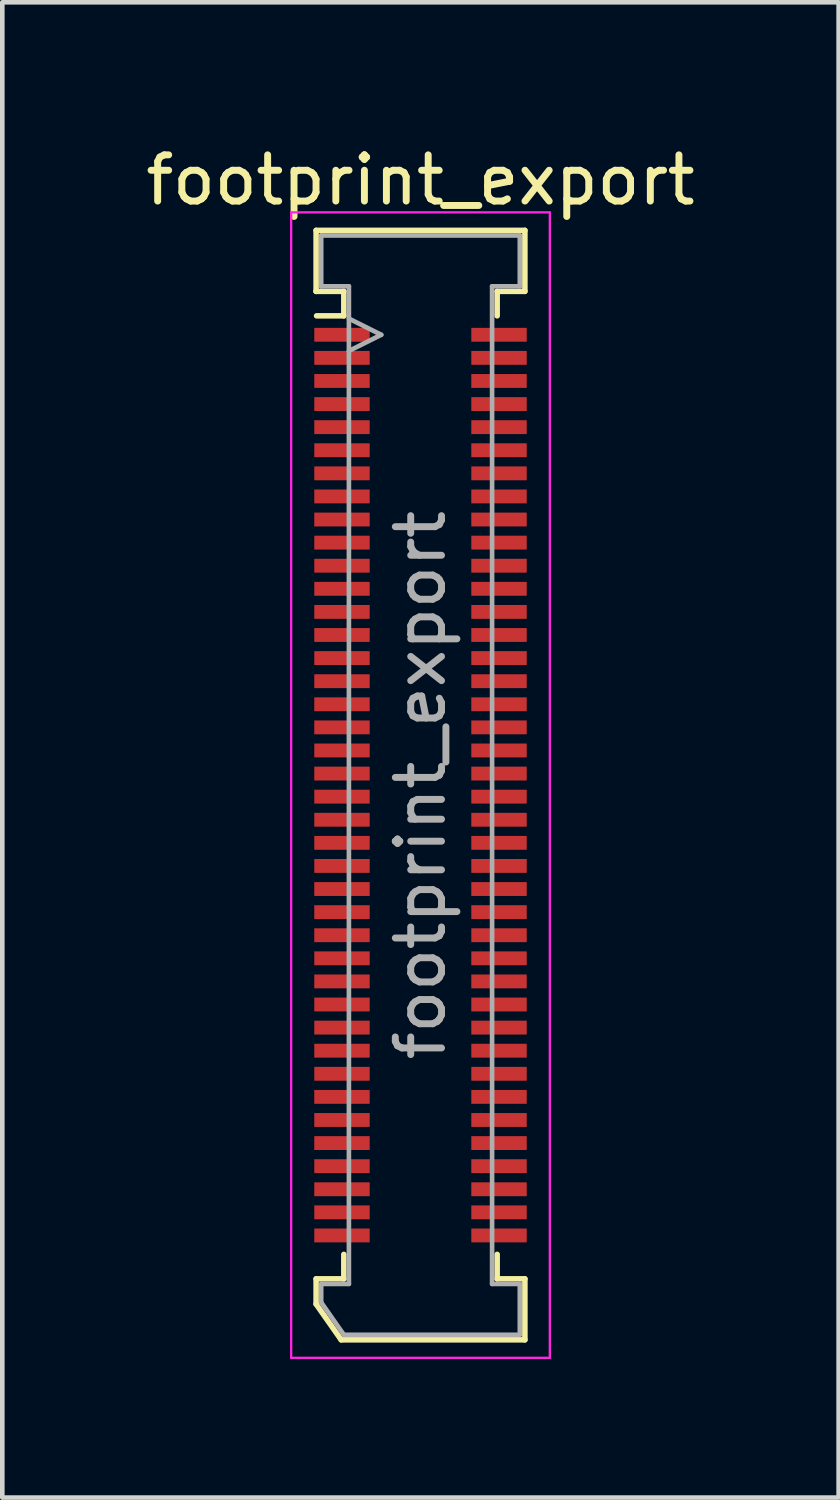
<source format=kicad_pcb>
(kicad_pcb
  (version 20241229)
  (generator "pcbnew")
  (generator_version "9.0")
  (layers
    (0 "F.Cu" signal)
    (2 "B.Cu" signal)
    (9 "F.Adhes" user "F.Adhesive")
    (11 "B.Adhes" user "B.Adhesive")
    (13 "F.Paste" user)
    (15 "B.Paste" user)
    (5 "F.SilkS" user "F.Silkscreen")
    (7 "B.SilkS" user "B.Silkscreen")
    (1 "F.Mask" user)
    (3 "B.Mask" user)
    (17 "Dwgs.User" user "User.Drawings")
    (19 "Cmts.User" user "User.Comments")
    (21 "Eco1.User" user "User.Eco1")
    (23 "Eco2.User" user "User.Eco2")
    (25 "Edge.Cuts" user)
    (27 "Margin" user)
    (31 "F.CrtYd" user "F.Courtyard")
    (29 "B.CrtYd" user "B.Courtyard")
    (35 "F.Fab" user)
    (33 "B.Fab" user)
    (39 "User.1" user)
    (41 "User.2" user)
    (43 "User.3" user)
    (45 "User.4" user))
  (footprint "footprint_export"
    (layer "F.Cu")
    (at 6.054 13.948)
    (property "Reference" "footprint_export" (at 0 -13.1 0) (layer "F.SilkS") (effects (font (size 1 1) (thickness 0.15))))
    (attr smd)
    (fp_line (start -2.26 -12.01) (end -2.26 -10.69) (stroke (width 0.12) (type solid)) (layer "F.SilkS"))
    (fp_line (start -2.26 -10.69) (end -2.26 -10.69) (stroke (width 0.12) (type solid)) (layer "F.SilkS"))
    (fp_line (start -2.26 -10.69) (end -1.66 -10.69) (stroke (width 0.12) (type solid)) (layer "F.SilkS"))
    (fp_line (start -2.26 10.69) (end -1.66 10.69) (stroke (width 0.12) (type solid)) (layer "F.SilkS"))
    (fp_line (start -2.26 11.235) (end -2.26 10.69) (stroke (width 0.12) (type solid)) (layer "F.SilkS"))
    (fp_line (start -1.717 12.01) (end -2.26 11.235) (stroke (width 0.12) (type solid)) (layer "F.SilkS"))
    (fp_line (start -1.66 -10.69) (end -1.66 -10.16) (stroke (width 0.12) (type solid)) (layer "F.SilkS"))
    (fp_line (start -1.66 -10.16) (end -2.25 -10.16) (stroke (width 0.12) (type solid)) (layer "F.SilkS"))
    (fp_line (start -1.66 10.69) (end -1.66 10.16) (stroke (width 0.12) (type solid)) (layer "F.SilkS"))
    (fp_line (start 1.66 -10.69) (end 2.26 -10.69) (stroke (width 0.12) (type solid)) (layer "F.SilkS"))
    (fp_line (start 1.66 -10.16) (end 1.66 -10.69) (stroke (width 0.12) (type solid)) (layer "F.SilkS"))
    (fp_line (start 1.66 10.16) (end 1.66 10.69) (stroke (width 0.12) (type solid)) (layer "F.SilkS"))
    (fp_line (start 1.66 10.69) (end 2.26 10.69) (stroke (width 0.12) (type solid)) (layer "F.SilkS"))
    (fp_line (start 2.26 -12.01) (end -2.26 -12.01) (stroke (width 0.12) (type solid)) (layer "F.SilkS"))
    (fp_line (start 2.26 -10.69) (end 2.26 -12.01) (stroke (width 0.12) (type solid)) (layer "F.SilkS"))
    (fp_line (start 2.26 10.69) (end 2.26 12.01) (stroke (width 0.12) (type solid)) (layer "F.SilkS"))
    (fp_line (start 2.26 12.01) (end -1.717 12.01) (stroke (width 0.12) (type solid)) (layer "F.SilkS"))
    (fp_line (start -2.8 -12.4) (end -2.8 12.4) (stroke (width 0.05) (type solid)) (layer "F.CrtYd"))
    (fp_line (start -2.8 12.4) (end 2.8 12.4) (stroke (width 0.05) (type solid)) (layer "F.CrtYd"))
    (fp_line (start 2.8 -12.4) (end -2.8 -12.4) (stroke (width 0.05) (type solid)) (layer "F.CrtYd"))
    (fp_line (start 2.8 12.4) (end 2.8 -12.4) (stroke (width 0.05) (type solid)) (layer "F.CrtYd"))
    (fp_line (start -2.15 -11.9) (end -2.15 -10.8) (stroke (width 0.1) (type solid)) (layer "F.Fab"))
    (fp_line (start -2.15 -10.8) (end -1.55 -10.8) (stroke (width 0.1) (type solid)) (layer "F.Fab"))
    (fp_line (start -2.15 10.8) (end -2.15 11.2) (stroke (width 0.1) (type solid)) (layer "F.Fab"))
    (fp_line (start -2.15 11.2) (end -1.66 11.9) (stroke (width 0.1) (type solid)) (layer "F.Fab"))
    (fp_line (start -1.66 11.9) (end 2.15 11.9) (stroke (width 0.1) (type solid)) (layer "F.Fab"))
    (fp_line (start -1.55 -10.8) (end -1.55 10.8) (stroke (width 0.1) (type solid)) (layer "F.Fab"))
    (fp_line (start -1.55 10.8) (end -2.15 10.8) (stroke (width 0.1) (type solid)) (layer "F.Fab"))
    (fp_line (start -0.85 -9.75) (end -1.55 -10.1) (stroke (width 0.1) (type solid)) (layer "F.Fab"))
    (fp_line (start -0.85 -9.75) (end -1.55 -9.4) (stroke (width 0.1) (type solid)) (layer "F.Fab"))
    (fp_line (start 1.55 -10.8) (end 2.15 -10.8) (stroke (width 0.1) (type solid)) (layer "F.Fab"))
    (fp_line (start 1.55 10.8) (end 1.55 -10.8) (stroke (width 0.1) (type solid)) (layer "F.Fab"))
    (fp_line (start 2.15 -11.9) (end -2.15 -11.9) (stroke (width 0.1) (type solid)) (layer "F.Fab"))
    (fp_line (start 2.15 -10.8) (end 2.15 -11.9) (stroke (width 0.1) (type solid)) (layer "F.Fab"))
    (fp_line (start 2.15 10.8) (end 1.55 10.8) (stroke (width 0.1) (type solid)) (layer "F.Fab"))
    (fp_line (start 2.15 11.9) (end 2.15 10.8) (stroke (width 0.1) (type solid)) (layer "F.Fab"))
    (fp_text user "${REFERENCE}" (at 0 0 90) (layer "F.Fab") (effects (font (size 1 1) (thickness 0.15))))
    (pad "1" smd rect (at -1.7 -9.75) (size 1.2 0.3) (layers "F.Cu" "F.Mask" "F.Paste"))
    (pad "2" smd rect (at 1.7 -9.75) (size 1.2 0.3) (layers "F.Cu" "F.Mask" "F.Paste"))
    (pad "3" smd rect (at -1.7 -9.25) (size 1.2 0.3) (layers "F.Cu" "F.Mask" "F.Paste"))
    (pad "4" smd rect (at 1.7 -9.25) (size 1.2 0.3) (layers "F.Cu" "F.Mask" "F.Paste"))
    (pad "5" smd rect (at -1.7 -8.75) (size 1.2 0.3) (layers "F.Cu" "F.Mask" "F.Paste"))
    (pad "6" smd rect (at 1.7 -8.75) (size 1.2 0.3) (layers "F.Cu" "F.Mask" "F.Paste"))
    (pad "7" smd rect (at -1.7 -8.25) (size 1.2 0.3) (layers "F.Cu" "F.Mask" "F.Paste"))
    (pad "8" smd rect (at 1.7 -8.25) (size 1.2 0.3) (layers "F.Cu" "F.Mask" "F.Paste"))
    (pad "9" smd rect (at -1.7 -7.75) (size 1.2 0.3) (layers "F.Cu" "F.Mask" "F.Paste"))
    (pad "10" smd rect (at 1.7 -7.75) (size 1.2 0.3) (layers "F.Cu" "F.Mask" "F.Paste"))
    (pad "11" smd rect (at -1.7 -7.25) (size 1.2 0.3) (layers "F.Cu" "F.Mask" "F.Paste"))
    (pad "12" smd rect (at 1.7 -7.25) (size 1.2 0.3) (layers "F.Cu" "F.Mask" "F.Paste"))
    (pad "13" smd rect (at -1.7 -6.75) (size 1.2 0.3) (layers "F.Cu" "F.Mask" "F.Paste"))
    (pad "14" smd rect (at 1.7 -6.75) (size 1.2 0.3) (layers "F.Cu" "F.Mask" "F.Paste"))
    (pad "15" smd rect (at -1.7 -6.25) (size 1.2 0.3) (layers "F.Cu" "F.Mask" "F.Paste"))
    (pad "16" smd rect (at 1.7 -6.25) (size 1.2 0.3) (layers "F.Cu" "F.Mask" "F.Paste"))
    (pad "17" smd rect (at -1.7 -5.75) (size 1.2 0.3) (layers "F.Cu" "F.Mask" "F.Paste"))
    (pad "18" smd rect (at 1.7 -5.75) (size 1.2 0.3) (layers "F.Cu" "F.Mask" "F.Paste"))
    (pad "19" smd rect (at -1.7 -5.25) (size 1.2 0.3) (layers "F.Cu" "F.Mask" "F.Paste"))
    (pad "20" smd rect (at 1.7 -5.25) (size 1.2 0.3) (layers "F.Cu" "F.Mask" "F.Paste"))
    (pad "21" smd rect (at -1.7 -4.75) (size 1.2 0.3) (layers "F.Cu" "F.Mask" "F.Paste"))
    (pad "22" smd rect (at 1.7 -4.75) (size 1.2 0.3) (layers "F.Cu" "F.Mask" "F.Paste"))
    (pad "23" smd rect (at -1.7 -4.25) (size 1.2 0.3) (layers "F.Cu" "F.Mask" "F.Paste"))
    (pad "24" smd rect (at 1.7 -4.25) (size 1.2 0.3) (layers "F.Cu" "F.Mask" "F.Paste"))
    (pad "25" smd rect (at -1.7 -3.75) (size 1.2 0.3) (layers "F.Cu" "F.Mask" "F.Paste"))
    (pad "26" smd rect (at 1.7 -3.75) (size 1.2 0.3) (layers "F.Cu" "F.Mask" "F.Paste"))
    (pad "27" smd rect (at -1.7 -3.25) (size 1.2 0.3) (layers "F.Cu" "F.Mask" "F.Paste"))
    (pad "28" smd rect (at 1.7 -3.25) (size 1.2 0.3) (layers "F.Cu" "F.Mask" "F.Paste"))
    (pad "29" smd rect (at -1.7 -2.75) (size 1.2 0.3) (layers "F.Cu" "F.Mask" "F.Paste"))
    (pad "30" smd rect (at 1.7 -2.75) (size 1.2 0.3) (layers "F.Cu" "F.Mask" "F.Paste"))
    (pad "31" smd rect (at -1.7 -2.25) (size 1.2 0.3) (layers "F.Cu" "F.Mask" "F.Paste"))
    (pad "32" smd rect (at 1.7 -2.25) (size 1.2 0.3) (layers "F.Cu" "F.Mask" "F.Paste"))
    (pad "33" smd rect (at -1.7 -1.75) (size 1.2 0.3) (layers "F.Cu" "F.Mask" "F.Paste"))
    (pad "34" smd rect (at 1.7 -1.75) (size 1.2 0.3) (layers "F.Cu" "F.Mask" "F.Paste"))
    (pad "35" smd rect (at -1.7 -1.25) (size 1.2 0.3) (layers "F.Cu" "F.Mask" "F.Paste"))
    (pad "36" smd rect (at 1.7 -1.25) (size 1.2 0.3) (layers "F.Cu" "F.Mask" "F.Paste"))
    (pad "37" smd rect (at -1.7 -0.75) (size 1.2 0.3) (layers "F.Cu" "F.Mask" "F.Paste"))
    (pad "38" smd rect (at 1.7 -0.75) (size 1.2 0.3) (layers "F.Cu" "F.Mask" "F.Paste"))
    (pad "39" smd rect (at -1.7 -0.25) (size 1.2 0.3) (layers "F.Cu" "F.Mask" "F.Paste"))
    (pad "40" smd rect (at 1.7 -0.25) (size 1.2 0.3) (layers "F.Cu" "F.Mask" "F.Paste"))
    (pad "41" smd rect (at -1.7 0.25) (size 1.2 0.3) (layers "F.Cu" "F.Mask" "F.Paste"))
    (pad "42" smd rect (at 1.7 0.25) (size 1.2 0.3) (layers "F.Cu" "F.Mask" "F.Paste"))
    (pad "43" smd rect (at -1.7 0.75) (size 1.2 0.3) (layers "F.Cu" "F.Mask" "F.Paste"))
    (pad "44" smd rect (at 1.7 0.75) (size 1.2 0.3) (layers "F.Cu" "F.Mask" "F.Paste"))
    (pad "45" smd rect (at -1.7 1.25) (size 1.2 0.3) (layers "F.Cu" "F.Mask" "F.Paste"))
    (pad "46" smd rect (at 1.7 1.25) (size 1.2 0.3) (layers "F.Cu" "F.Mask" "F.Paste"))
    (pad "47" smd rect (at -1.7 1.75) (size 1.2 0.3) (layers "F.Cu" "F.Mask" "F.Paste"))
    (pad "48" smd rect (at 1.7 1.75) (size 1.2 0.3) (layers "F.Cu" "F.Mask" "F.Paste"))
    (pad "49" smd rect (at -1.7 2.25) (size 1.2 0.3) (layers "F.Cu" "F.Mask" "F.Paste"))
    (pad "50" smd rect (at 1.7 2.25) (size 1.2 0.3) (layers "F.Cu" "F.Mask" "F.Paste"))
    (pad "51" smd rect (at -1.7 2.75) (size 1.2 0.3) (layers "F.Cu" "F.Mask" "F.Paste"))
    (pad "52" smd rect (at 1.7 2.75) (size 1.2 0.3) (layers "F.Cu" "F.Mask" "F.Paste"))
    (pad "53" smd rect (at -1.7 3.25) (size 1.2 0.3) (layers "F.Cu" "F.Mask" "F.Paste"))
    (pad "54" smd rect (at 1.7 3.25) (size 1.2 0.3) (layers "F.Cu" "F.Mask" "F.Paste"))
    (pad "55" smd rect (at -1.7 3.75) (size 1.2 0.3) (layers "F.Cu" "F.Mask" "F.Paste"))
    (pad "56" smd rect (at 1.7 3.75) (size 1.2 0.3) (layers "F.Cu" "F.Mask" "F.Paste"))
    (pad "57" smd rect (at -1.7 4.25) (size 1.2 0.3) (layers "F.Cu" "F.Mask" "F.Paste"))
    (pad "58" smd rect (at 1.7 4.25) (size 1.2 0.3) (layers "F.Cu" "F.Mask" "F.Paste"))
    (pad "59" smd rect (at -1.7 4.75) (size 1.2 0.3) (layers "F.Cu" "F.Mask" "F.Paste"))
    (pad "60" smd rect (at 1.7 4.75) (size 1.2 0.3) (layers "F.Cu" "F.Mask" "F.Paste"))
    (pad "61" smd rect (at -1.7 5.25) (size 1.2 0.3) (layers "F.Cu" "F.Mask" "F.Paste"))
    (pad "62" smd rect (at 1.7 5.25) (size 1.2 0.3) (layers "F.Cu" "F.Mask" "F.Paste"))
    (pad "63" smd rect (at -1.7 5.75) (size 1.2 0.3) (layers "F.Cu" "F.Mask" "F.Paste"))
    (pad "64" smd rect (at 1.7 5.75) (size 1.2 0.3) (layers "F.Cu" "F.Mask" "F.Paste"))
    (pad "65" smd rect (at -1.7 6.25) (size 1.2 0.3) (layers "F.Cu" "F.Mask" "F.Paste"))
    (pad "66" smd rect (at 1.7 6.25) (size 1.2 0.3) (layers "F.Cu" "F.Mask" "F.Paste"))
    (pad "67" smd rect (at -1.7 6.75) (size 1.2 0.3) (layers "F.Cu" "F.Mask" "F.Paste"))
    (pad "68" smd rect (at 1.7 6.75) (size 1.2 0.3) (layers "F.Cu" "F.Mask" "F.Paste"))
    (pad "69" smd rect (at -1.7 7.25) (size 1.2 0.3) (layers "F.Cu" "F.Mask" "F.Paste"))
    (pad "70" smd rect (at 1.7 7.25) (size 1.2 0.3) (layers "F.Cu" "F.Mask" "F.Paste"))
    (pad "71" smd rect (at -1.7 7.75) (size 1.2 0.3) (layers "F.Cu" "F.Mask" "F.Paste"))
    (pad "72" smd rect (at 1.7 7.75) (size 1.2 0.3) (layers "F.Cu" "F.Mask" "F.Paste"))
    (pad "73" smd rect (at -1.7 8.25) (size 1.2 0.3) (layers "F.Cu" "F.Mask" "F.Paste"))
    (pad "74" smd rect (at 1.7 8.25) (size 1.2 0.3) (layers "F.Cu" "F.Mask" "F.Paste"))
    (pad "75" smd rect (at -1.7 8.75) (size 1.2 0.3) (layers "F.Cu" "F.Mask" "F.Paste"))
    (pad "76" smd rect (at 1.7 8.75) (size 1.2 0.3) (layers "F.Cu" "F.Mask" "F.Paste"))
    (pad "77" smd rect (at -1.7 9.25) (size 1.2 0.3) (layers "F.Cu" "F.Mask" "F.Paste"))
    (pad "78" smd rect (at 1.7 9.25) (size 1.2 0.3) (layers "F.Cu" "F.Mask" "F.Paste"))
    (pad "79" smd rect (at -1.7 9.75) (size 1.2 0.3) (layers "F.Cu" "F.Mask" "F.Paste"))
    (pad "80" smd rect (at 1.7 9.75) (size 1.2 0.3) (layers "F.Cu" "F.Mask" "F.Paste")))
  (gr_rect
    (start -3 -3)
    (end 15.107 29.373)
    (stroke (width 0.1) (type default))
    (fill no)
    (layer "Edge.Cuts")))
</source>
